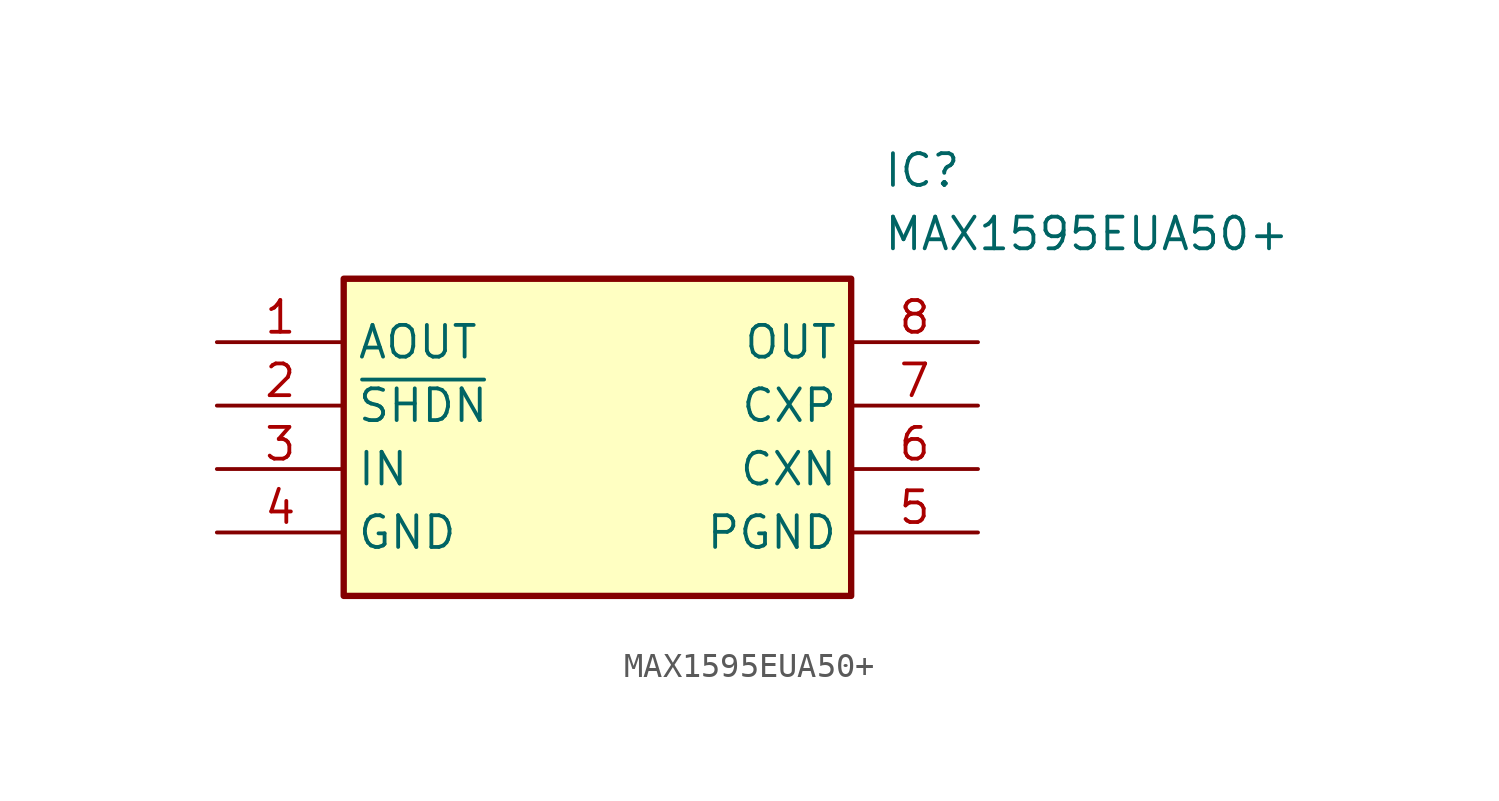
<source format=kicad_sym>
(kicad_symbol_lib
  (version 20211014)
  (generator SamacSys_ECAD_Model)
  (symbol "MAX1595EUA50+"
    (property "Reference" "IC"
      (at 26.67 7.62 0)
      (effects (font (size 1.27 1.27)) (justify left top)))
    (property "Value" "MAX1595EUA50+"
      (at 26.67 5.08 0)
      (effects (font (size 1.27 1.27)) (justify left top)))
    (rectangle
      (start 5.08 2.54)
      (end 25.4 -10.16)
      (stroke (width 0.254) (type default))
      (fill (type background)))
    (pin output line
      (at 0 0 0)
      (length 5.08)
      (name "AOUT" (effects (font (size 1.27 1.27))))
      (number "1" (effects (font (size 1.27 1.27)))))
    (pin passive line
      (at 0 -2.54 0)
      (length 5.08)
      (name "~{SHDN}" (effects (font (size 1.27 1.27))))
      (number "2" (effects (font (size 1.27 1.27)))))
    (pin input line
      (at 0 -5.08 0)
      (length 5.08)
      (name "IN" (effects (font (size 1.27 1.27))))
      (number "3" (effects (font (size 1.27 1.27)))))
    (pin power_in line
      (at 0 -7.62 0)
      (length 5.08)
      (name "GND" (effects (font (size 1.27 1.27))))
      (number "4" (effects (font (size 1.27 1.27)))))
    (pin output line
      (at 30.48 0 180)
      (length 5.08)
      (name "OUT" (effects (font (size 1.27 1.27))))
      (number "8" (effects (font (size 1.27 1.27)))))
    (pin passive line
      (at 30.48 -2.54 180)
      (length 5.08)
      (name "CXP" (effects (font (size 1.27 1.27))))
      (number "7" (effects (font (size 1.27 1.27)))))
    (pin passive line
      (at 30.48 -5.08 180)
      (length 5.08)
      (name "CXN" (effects (font (size 1.27 1.27))))
      (number "6" (effects (font (size 1.27 1.27)))))
    (pin power_in line
      (at 30.48 -7.62 180)
      (length 5.08)
      (name "PGND" (effects (font (size 1.27 1.27))))
      (number "5" (effects (font (size 1.27 1.27)))))))
</source>
